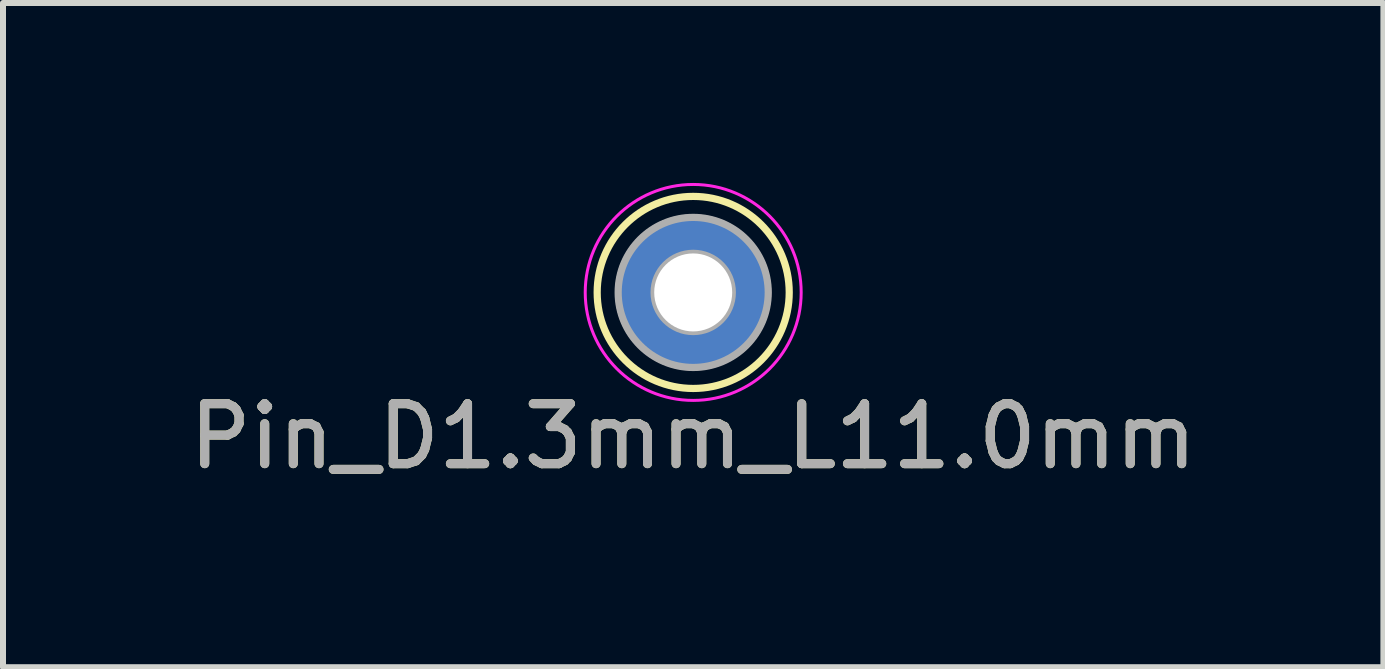
<source format=kicad_pcb>
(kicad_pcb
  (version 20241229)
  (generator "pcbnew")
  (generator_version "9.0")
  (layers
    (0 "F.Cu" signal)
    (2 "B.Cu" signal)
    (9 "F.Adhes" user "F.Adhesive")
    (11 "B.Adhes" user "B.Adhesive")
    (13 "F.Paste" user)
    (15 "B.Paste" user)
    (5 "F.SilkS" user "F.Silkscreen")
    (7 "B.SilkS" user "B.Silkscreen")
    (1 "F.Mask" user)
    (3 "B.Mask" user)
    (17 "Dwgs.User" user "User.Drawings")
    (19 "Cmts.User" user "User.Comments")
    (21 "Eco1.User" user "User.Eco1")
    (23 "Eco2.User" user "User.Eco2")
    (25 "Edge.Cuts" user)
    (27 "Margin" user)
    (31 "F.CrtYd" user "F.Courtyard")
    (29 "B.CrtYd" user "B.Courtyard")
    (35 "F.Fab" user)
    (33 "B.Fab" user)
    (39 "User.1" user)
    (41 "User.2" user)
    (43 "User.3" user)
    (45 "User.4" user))
  (footprint "Pin_D1.3mm_L11.0mm"
    (layer "F.Cu")
    (at 8.506 1.825)
    (property "Reference" "Pin_D1.3mm_L11.0mm" (at 0 2.4 0) (layer "F.SilkS") (effects (font (size 1 1) (thickness 0.15))))
    (attr through_hole)
    (fp_circle (center 0 0) (end 1.6 0.05) (stroke (width 0.12) (type solid)) (fill no) (layer "F.SilkS"))
    (fp_circle (center 0 0) (end 1.8 0) (stroke (width 0.05) (type solid)) (fill no) (layer "F.CrtYd"))
    (fp_circle (center 0 0) (end 0.65 -0.05) (stroke (width 0.12) (type solid)) (fill no) (layer "F.Fab"))
    (fp_circle (center 0 0) (end 1.25 -0.05) (stroke (width 0.12) (type solid)) (fill no) (layer "F.Fab"))
    (fp_text user "${REFERENCE}" (at 0 2.4 0) (layer "F.Fab") (effects (font (size 1 1) (thickness 0.15))))
    (pad "1" thru_hole circle (at 0 0) (size 2.6 2.6) (drill 1.3) (layers "*.Cu" "*.Mask")))
  (gr_rect
    (start -3 -3)
    (end 20.012 8.073)
    (stroke (width 0.1) (type default))
    (fill no)
    (layer "Edge.Cuts")))
</source>
